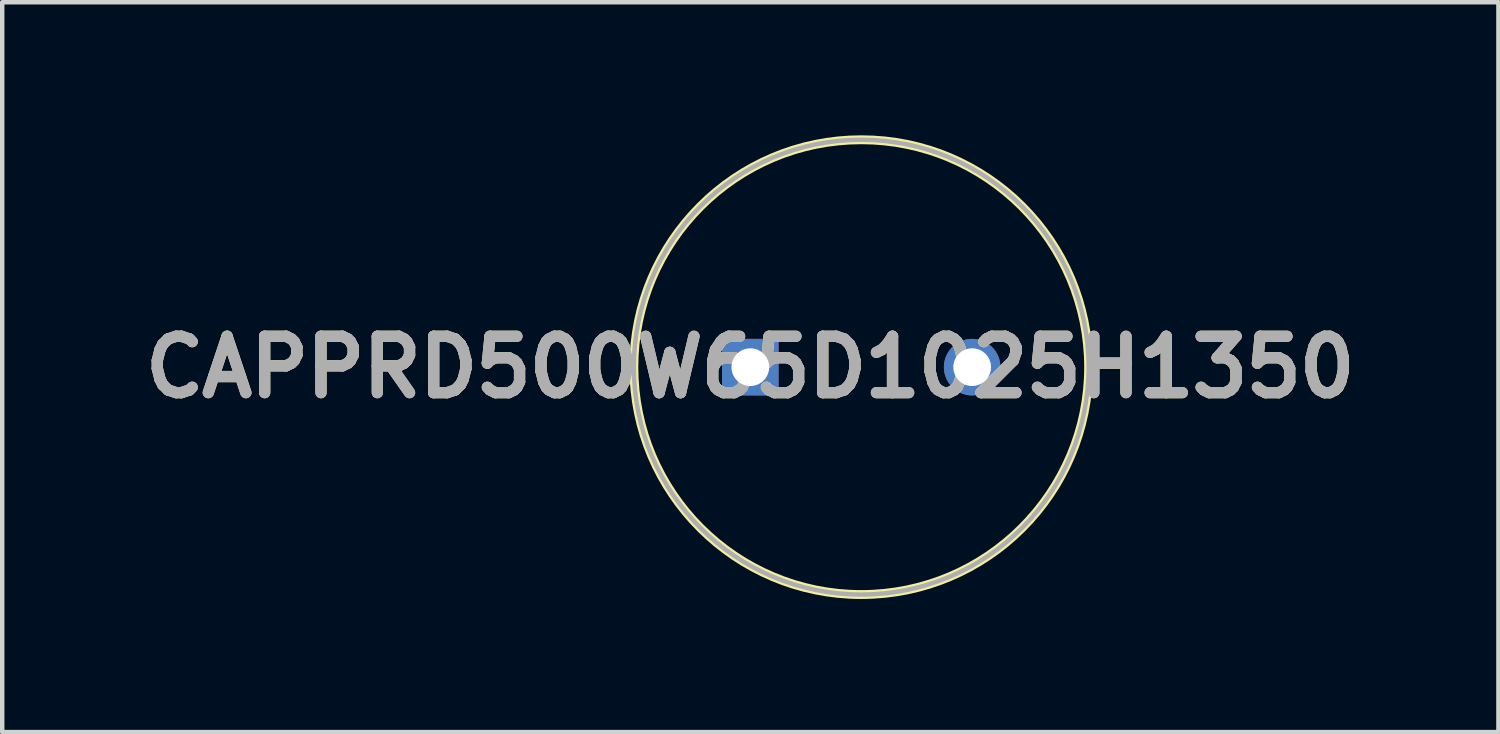
<source format=kicad_pcb>
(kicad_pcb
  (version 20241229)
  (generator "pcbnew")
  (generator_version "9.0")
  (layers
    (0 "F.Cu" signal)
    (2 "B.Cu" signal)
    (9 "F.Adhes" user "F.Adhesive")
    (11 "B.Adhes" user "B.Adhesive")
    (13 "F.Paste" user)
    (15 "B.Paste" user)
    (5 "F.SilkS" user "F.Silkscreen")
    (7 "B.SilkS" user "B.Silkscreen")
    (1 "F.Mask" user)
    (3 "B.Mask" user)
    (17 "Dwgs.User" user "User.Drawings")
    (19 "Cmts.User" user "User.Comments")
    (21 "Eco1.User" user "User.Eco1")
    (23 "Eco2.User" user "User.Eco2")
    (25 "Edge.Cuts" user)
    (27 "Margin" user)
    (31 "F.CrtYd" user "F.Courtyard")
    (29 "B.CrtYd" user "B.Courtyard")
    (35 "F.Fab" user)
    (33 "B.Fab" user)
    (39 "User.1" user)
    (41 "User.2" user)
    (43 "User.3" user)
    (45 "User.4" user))
  (footprint "CAPPRD500W65D1025H1350"
    (layer "F.Cu")
    (at 13.861 5.225)
    (property "Reference" "CAPPRD500W65D1025H1350" (at 0 0 0) (layer "F.SilkS") (effects (font (size 1.27 1.27) (thickness 0.254))))
    (attr through_hole)
    (fp_circle (center 2.5 0) (end 2.5 5.125) (stroke (width 0.2) (type solid)) (fill no) (layer "F.SilkS"))
    (fp_circle (center 2.5 0) (end 2.5 5.125) (stroke (width 0.1) (type solid)) (fill no) (layer "F.Fab"))
    (fp_text user "${REFERENCE}" (at 0 0 0) (layer "F.Fab") (effects (font (size 1.27 1.27) (thickness 0.254))))
    (pad "1" thru_hole rect (at 0 0) (size 1.275 1.275) (drill 0.85) (layers "*.Cu" "*.Mask"))
    (pad "2" thru_hole circle (at 5 0) (size 1.275 1.275) (drill 0.85) (layers "*.Cu" "*.Mask")))
  (gr_rect
    (start -3 -3)
    (end 30.722 13.45)
    (stroke (width 0.1) (type default))
    (fill no)
    (layer "Edge.Cuts")))
</source>
